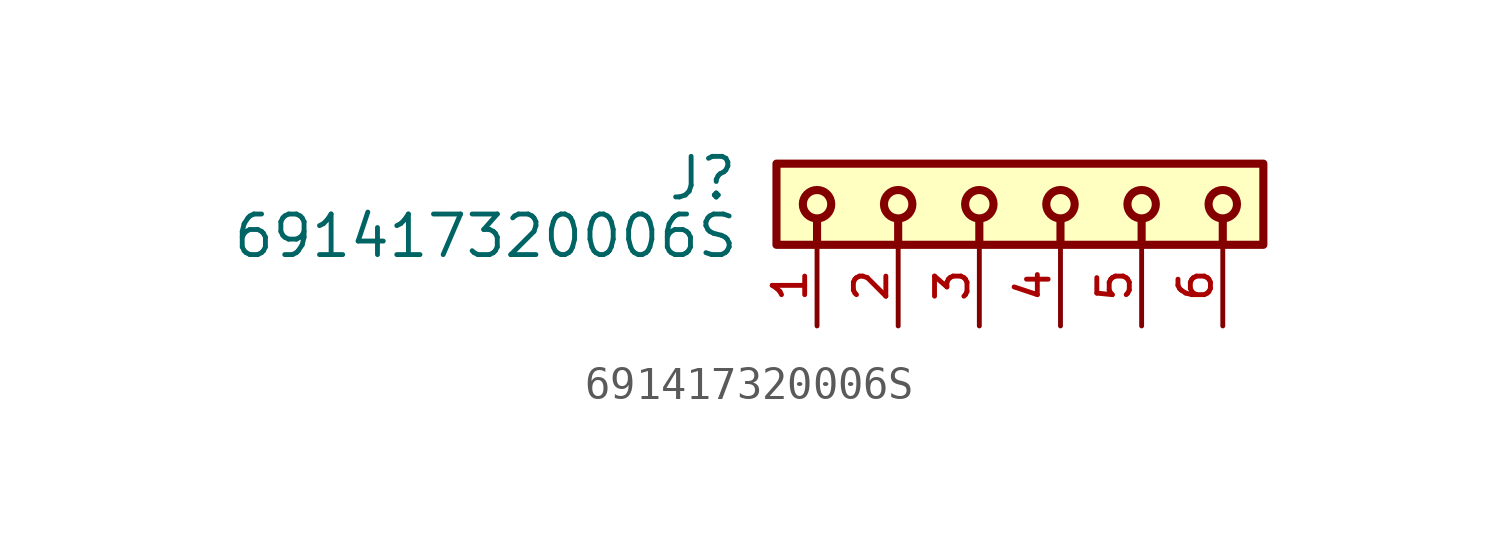
<source format=kicad_sym>
(kicad_symbol_lib
  (version 20211014)
  (generator kicad_symbol_editor)
  (symbol "691417320006S"
    (pin_names
      (offset 1.016))
    (property "Reference" "J"
      (at -7.53 -1.205 0)
      (effects (font (size 1.27 1.27)) (justify bottom right)))
    (property "Value" "691417320006S"
      (at -7.49 -3.01 0)
      (effects (font (size 1.27 1.27)) (justify bottom right)))
    (symbol "691417320006S_0_0"
      (polyline (pts (xy -5.08 -1.778) (xy -5.08 -2.54)) (stroke (width 0.254)))
      (polyline (pts (xy -2.54 -1.778) (xy -2.54 -2.54)) (stroke (width 0.254)))
      (polyline (pts (xy 0.0 -1.778) (xy 0.0 -2.54)) (stroke (width 0.254)))
      (polyline (pts (xy 2.54 -1.778) (xy 2.54 -2.54)) (stroke (width 0.254)))
      (polyline (pts (xy 5.08 -1.778) (xy 5.08 -2.54)) (stroke (width 0.254)))
      (polyline (pts (xy 7.62 -1.778) (xy 7.62 -2.54)) (stroke (width 0.254)))
      (circle (center -5.08 -1.27) (radius 0.445) (stroke (width 0.254)) (fill (type none)))
      (circle (center -2.54 -1.27) (radius 0.445) (stroke (width 0.254)) (fill (type none)))
      (circle (center 0.0 -1.27) (radius 0.445) (stroke (width 0.254)) (fill (type none)))
      (circle (center 2.54 -1.27) (radius 0.445) (stroke (width 0.254)) (fill (type none)))
      (circle (center 5.08 -1.27) (radius 0.445) (stroke (width 0.254)) (fill (type none)))
      (circle (center 7.62 -1.27) (radius 0.445) (stroke (width 0.254)) (fill (type none)))
      (rectangle (start -6.35 -2.54) (end 8.89 0.0) (stroke (width 0.254)) (fill (type background)))
      (pin passive line (at -5.08 -5.08 90.0) (length 2.54) (name "~" (effects (font (size 1.016 1.016)))) (number "1" (effects (font (size 1.016 1.016)))))
      (pin passive line (at -2.54 -5.08 90.0) (length 2.54) (name "~" (effects (font (size 1.016 1.016)))) (number "2" (effects (font (size 1.016 1.016)))))
      (pin passive line (at 0.0 -5.08 90.0) (length 2.54) (name "~" (effects (font (size 1.016 1.016)))) (number "3" (effects (font (size 1.016 1.016)))))
      (pin passive line (at 2.54 -5.08 90.0) (length 2.54) (name "~" (effects (font (size 1.016 1.016)))) (number "4" (effects (font (size 1.016 1.016)))))
      (pin passive line (at 5.08 -5.08 90.0) (length 2.54) (name "~" (effects (font (size 1.016 1.016)))) (number "5" (effects (font (size 1.016 1.016)))))
      (pin passive line (at 7.62 -5.08 90.0) (length 2.54) (name "~" (effects (font (size 1.016 1.016)))) (number "6" (effects (font (size 1.016 1.016))))))))
</source>
